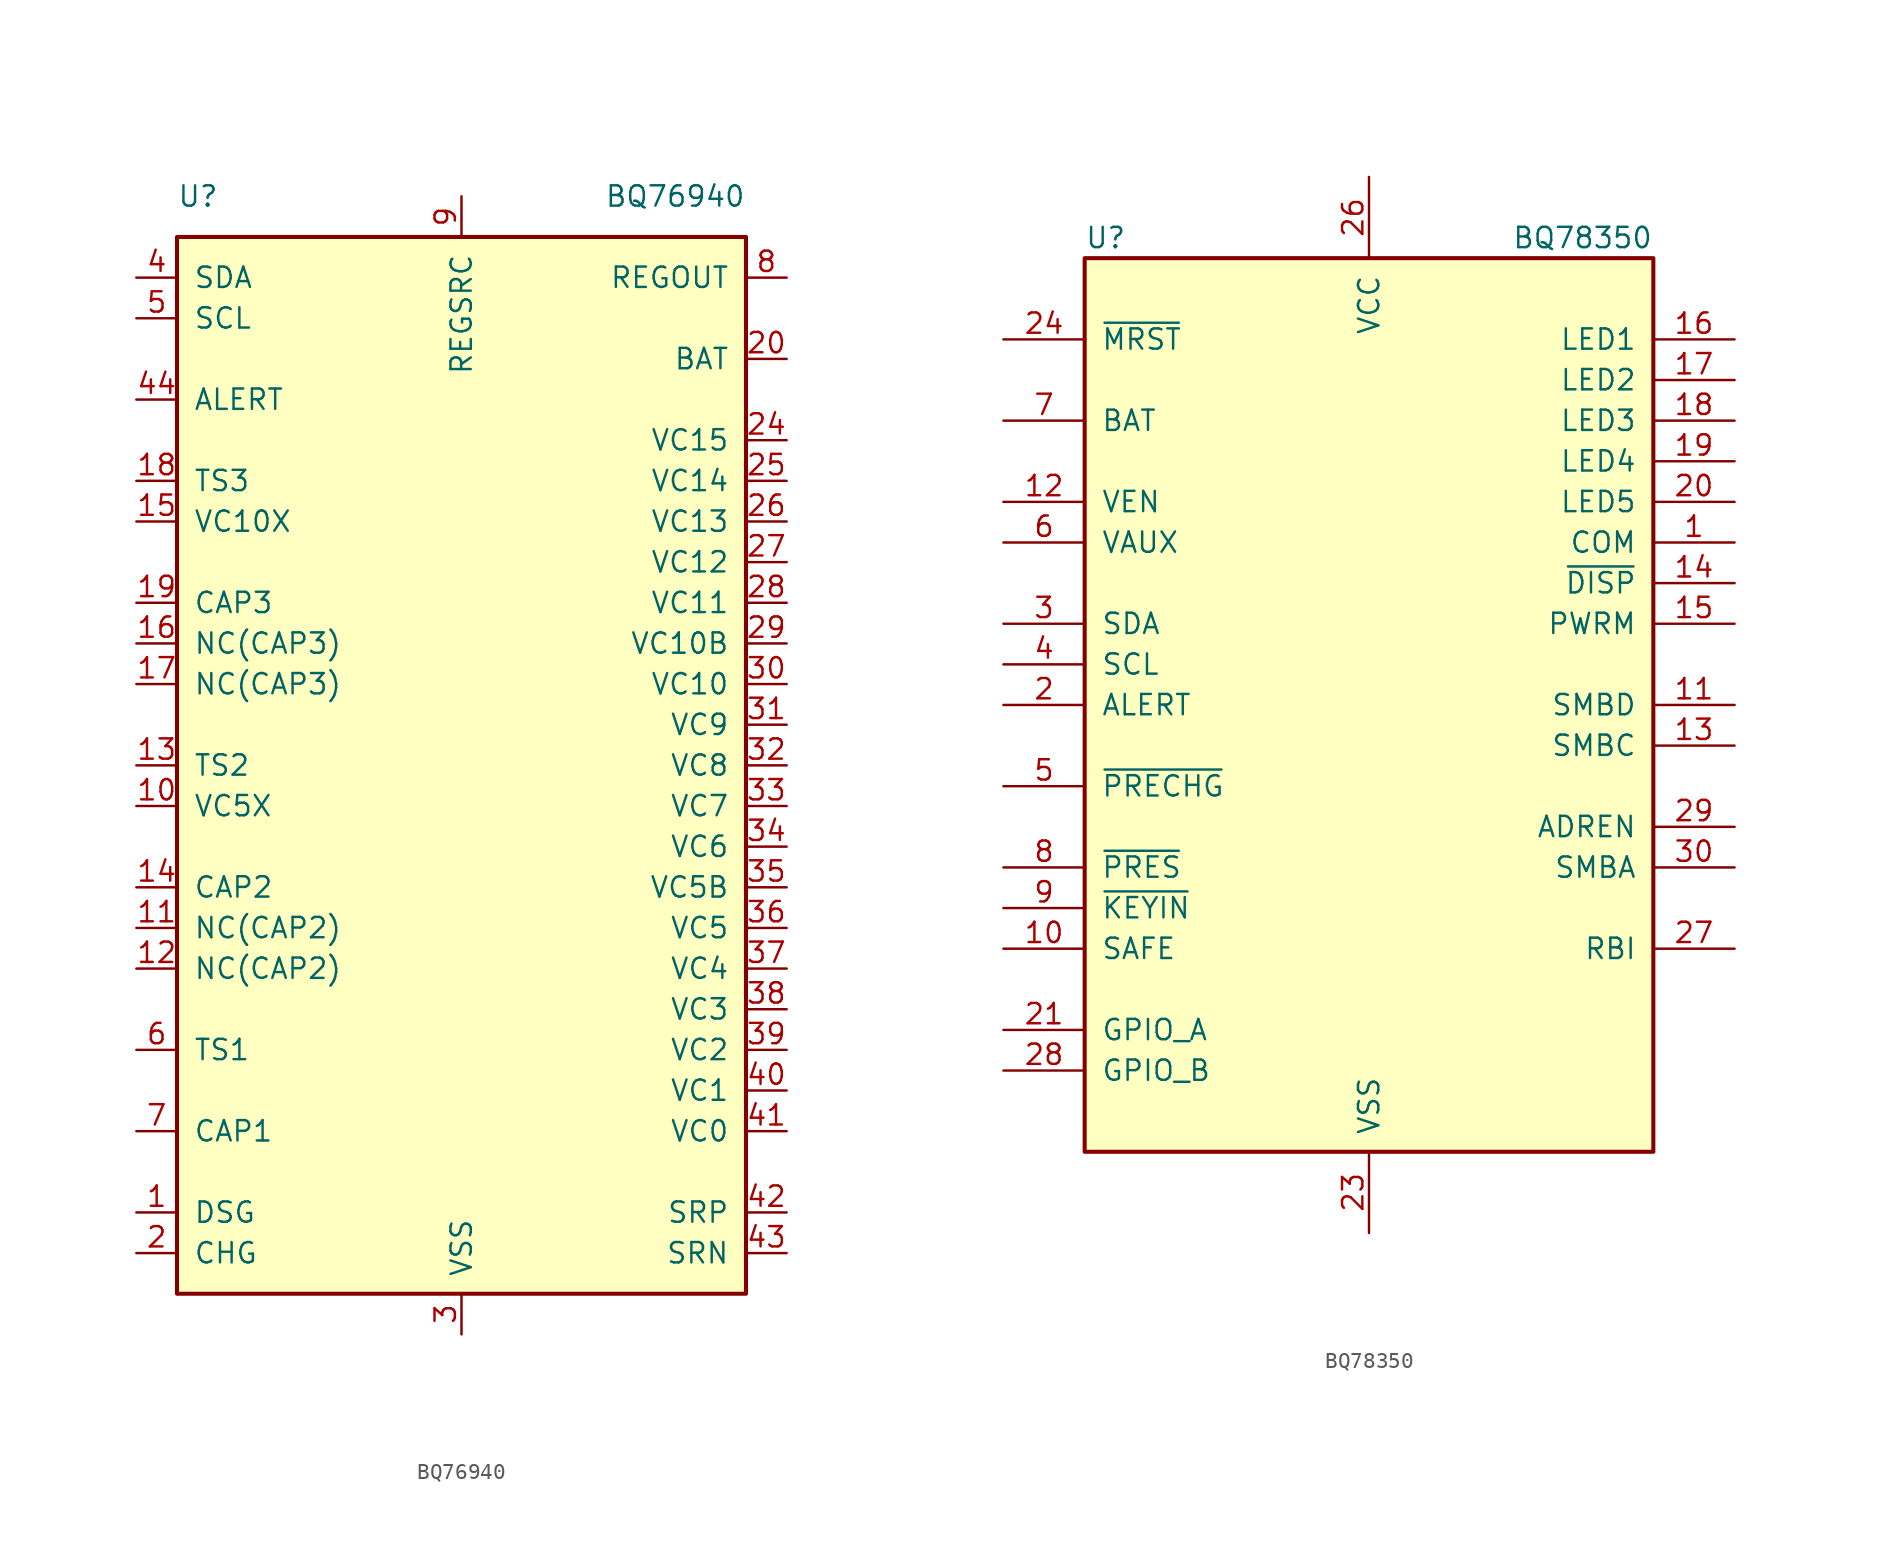
<source format=kicad_sym>
(kicad_symbol_lib
  (version 20201005)
  (generator kicad_symbol_editor)
  (symbol "BQ76940"
    (pin_names
      (offset 1.016))
    (property "Reference" "U"
      (at -17.78 35.56 0)
      (effects (font (size 1.27 1.27)) (justify left)))
    (property "Value" "BQ76940"
      (at 17.78 35.56 0)
      (effects (font (size 1.27 1.27)) (justify right)))
    (symbol "BQ76940_0_1"
      (rectangle (start -17.78 33.02) (end 17.78 -33.02) (stroke (width 0.254)) (fill (type background))))
    (symbol "BQ76940_1_0"
      (pin passive line (at -20.32 -2.54 0) (length 2.54) (name "VC5X" (effects (font (size 1.27 1.27)))) (number "10" (effects (font (size 1.27 1.27)))))
      (pin passive line (at -20.32 -10.16 0) (length 2.54) (name "NC(CAP2)" (effects (font (size 1.27 1.27)))) (number "11" (effects (font (size 1.27 1.27)))))
      (pin passive line (at -20.32 -12.7 0) (length 2.54) (name "NC(CAP2)" (effects (font (size 1.27 1.27)))) (number "12" (effects (font (size 1.27 1.27)))))
      (pin passive line (at -20.32 0 0) (length 2.54) (name "TS2" (effects (font (size 1.27 1.27)))) (number "13" (effects (font (size 1.27 1.27)))))
      (pin passive line (at -20.32 -7.62 0) (length 2.54) (name "CAP2" (effects (font (size 1.27 1.27)))) (number "14" (effects (font (size 1.27 1.27)))))
      (pin passive line (at -20.32 15.24 0) (length 2.54) (name "VC10X" (effects (font (size 1.27 1.27)))) (number "15" (effects (font (size 1.27 1.27)))))
      (pin passive line (at -20.32 7.62 0) (length 2.54) (name "NC(CAP3)" (effects (font (size 1.27 1.27)))) (number "16" (effects (font (size 1.27 1.27)))))
      (pin passive line (at -20.32 5.08 0) (length 2.54) (name "NC(CAP3)" (effects (font (size 1.27 1.27)))) (number "17" (effects (font (size 1.27 1.27)))))
      (pin passive line (at -20.32 17.78 0) (length 2.54) (name "TS3" (effects (font (size 1.27 1.27)))) (number "18" (effects (font (size 1.27 1.27)))))
      (pin passive line (at -20.32 10.16 0) (length 2.54) (name "CAP3" (effects (font (size 1.27 1.27)))) (number "19" (effects (font (size 1.27 1.27)))))
      (pin input line (at 20.32 25.4 180) (length 2.54) (name "BAT" (effects (font (size 1.27 1.27)))) (number "20" (effects (font (size 1.27 1.27)))))
      (pin no_connect line (at 5.08 -33.02 90) (length 2.54) hide (name "NC" (effects (font (size 1.27 1.27)))) (number "21" (effects (font (size 1.27 1.27)))))
      (pin no_connect line (at 7.62 -33.02 90) (length 2.54) hide (name "NC" (effects (font (size 1.27 1.27)))) (number "22" (effects (font (size 1.27 1.27)))))
      (pin no_connect line (at 10.16 -33.02 90) (length 2.54) hide (name "NC" (effects (font (size 1.27 1.27)))) (number "23" (effects (font (size 1.27 1.27)))))
      (pin input line (at 20.32 20.32 180) (length 2.54) (name "VC15" (effects (font (size 1.27 1.27)))) (number "24" (effects (font (size 1.27 1.27)))))
      (pin input line (at 20.32 17.78 180) (length 2.54) (name "VC14" (effects (font (size 1.27 1.27)))) (number "25" (effects (font (size 1.27 1.27)))))
      (pin input line (at 20.32 15.24 180) (length 2.54) (name "VC13" (effects (font (size 1.27 1.27)))) (number "26" (effects (font (size 1.27 1.27)))))
      (pin input line (at 20.32 12.7 180) (length 2.54) (name "VC12" (effects (font (size 1.27 1.27)))) (number "27" (effects (font (size 1.27 1.27)))))
      (pin input line (at 20.32 10.16 180) (length 2.54) (name "VC11" (effects (font (size 1.27 1.27)))) (number "28" (effects (font (size 1.27 1.27)))))
      (pin input line (at 20.32 7.62 180) (length 2.54) (name "VC10B" (effects (font (size 1.27 1.27)))) (number "29" (effects (font (size 1.27 1.27)))))
      (pin input line (at 20.32 5.08 180) (length 2.54) (name "VC10" (effects (font (size 1.27 1.27)))) (number "30" (effects (font (size 1.27 1.27)))))
      (pin input line (at 20.32 2.54 180) (length 2.54) (name "VC9" (effects (font (size 1.27 1.27)))) (number "31" (effects (font (size 1.27 1.27)))))
      (pin input line (at 20.32 0 180) (length 2.54) (name "VC8" (effects (font (size 1.27 1.27)))) (number "32" (effects (font (size 1.27 1.27)))))
      (pin input line (at 20.32 -2.54 180) (length 2.54) (name "VC7" (effects (font (size 1.27 1.27)))) (number "33" (effects (font (size 1.27 1.27)))))
      (pin input line (at 20.32 -5.08 180) (length 2.54) (name "VC6" (effects (font (size 1.27 1.27)))) (number "34" (effects (font (size 1.27 1.27)))))
      (pin input line (at 20.32 -7.62 180) (length 2.54) (name "VC5B" (effects (font (size 1.27 1.27)))) (number "35" (effects (font (size 1.27 1.27)))))
      (pin input line (at 20.32 -10.16 180) (length 2.54) (name "VC5" (effects (font (size 1.27 1.27)))) (number "36" (effects (font (size 1.27 1.27)))))
      (pin input line (at 20.32 -12.7 180) (length 2.54) (name "VC4" (effects (font (size 1.27 1.27)))) (number "37" (effects (font (size 1.27 1.27)))))
      (pin input line (at 20.32 -15.24 180) (length 2.54) (name "VC3" (effects (font (size 1.27 1.27)))) (number "38" (effects (font (size 1.27 1.27)))))
      (pin input line (at 20.32 -17.78 180) (length 2.54) (name "VC2" (effects (font (size 1.27 1.27)))) (number "39" (effects (font (size 1.27 1.27)))))
      (pin input line (at 20.32 -20.32 180) (length 2.54) (name "VC1" (effects (font (size 1.27 1.27)))) (number "40" (effects (font (size 1.27 1.27)))))
      (pin input line (at 20.32 -22.86 180) (length 2.54) (name "VC0" (effects (font (size 1.27 1.27)))) (number "41" (effects (font (size 1.27 1.27)))))
      (pin input line (at 20.32 -27.94 180) (length 2.54) (name "SRP" (effects (font (size 1.27 1.27)))) (number "42" (effects (font (size 1.27 1.27)))))
      (pin input line (at 20.32 -30.48 180) (length 2.54) (name "SRN" (effects (font (size 1.27 1.27)))) (number "43" (effects (font (size 1.27 1.27)))))
      (pin bidirectional line (at -20.32 22.86 0) (length 2.54) (name "ALERT" (effects (font (size 1.27 1.27)))) (number "44" (effects (font (size 1.27 1.27)))))
      (pin passive line (at -20.32 -17.78 0) (length 2.54) (name "TS1" (effects (font (size 1.27 1.27)))) (number "6" (effects (font (size 1.27 1.27)))))
      (pin passive line (at -20.32 -22.86 0) (length 2.54) (name "CAP1" (effects (font (size 1.27 1.27)))) (number "7" (effects (font (size 1.27 1.27)))))
      (pin power_out line (at 20.32 30.48 180) (length 2.54) (name "REGOUT" (effects (font (size 1.27 1.27)))) (number "8" (effects (font (size 1.27 1.27)))))
      (pin power_in line (at 0 35.56 270) (length 2.54) (name "REGSRC" (effects (font (size 1.27 1.27)))) (number "9" (effects (font (size 1.27 1.27))))))
    (symbol "BQ76940_1_1"
      (pin output line (at -20.32 -27.94 0) (length 2.54) (name "DSG" (effects (font (size 1.27 1.27)))) (number "1" (effects (font (size 1.27 1.27)))))
      (pin output line (at -20.32 -30.48 0) (length 2.54) (name "CHG" (effects (font (size 1.27 1.27)))) (number "2" (effects (font (size 1.27 1.27)))))
      (pin power_in line (at 0 -35.56 90) (length 2.54) (name "VSS" (effects (font (size 1.27 1.27)))) (number "3" (effects (font (size 1.27 1.27)))))
      (pin bidirectional line (at -20.32 30.48 0) (length 2.54) (name "SDA" (effects (font (size 1.27 1.27)))) (number "4" (effects (font (size 1.27 1.27)))))
      (pin input line (at -20.32 27.94 0) (length 2.54) (name "SCL" (effects (font (size 1.27 1.27)))) (number "5" (effects (font (size 1.27 1.27)))))))
  (symbol "BQ78350"
    (pin_names
      (offset 1.016))
    (property "Reference" "U"
      (at -17.78 29.21 0)
      (effects (font (size 1.27 1.27)) (justify left)))
    (property "Value" "BQ78350"
      (at 17.78 29.21 0)
      (effects (font (size 1.27 1.27)) (justify right)))
    (symbol "BQ78350_0_1"
      (rectangle (start 17.78 27.94) (end -17.78 -27.94) (stroke (width 0.254)) (fill (type background))))
    (symbol "BQ78350_1_1"
      (pin open_collector line (at 22.86 10.16 180) (length 5.08) (name "COM" (effects (font (size 1.27 1.27)))) (number "1" (effects (font (size 1.27 1.27)))))
      (pin output line (at -22.86 -15.24 0) (length 5.08) (name "SAFE" (effects (font (size 1.27 1.27)))) (number "10" (effects (font (size 1.27 1.27)))))
      (pin open_collector line (at 22.86 0 180) (length 5.08) (name "SMBD" (effects (font (size 1.27 1.27)))) (number "11" (effects (font (size 1.27 1.27)))))
      (pin open_collector line (at -22.86 12.7 0) (length 5.08) (name "VEN" (effects (font (size 1.27 1.27)))) (number "12" (effects (font (size 1.27 1.27)))))
      (pin open_collector line (at 22.86 -2.54 180) (length 5.08) (name "SMBC" (effects (font (size 1.27 1.27)))) (number "13" (effects (font (size 1.27 1.27)))))
      (pin input line (at 22.86 7.62 180) (length 5.08) (name "~DISP" (effects (font (size 1.27 1.27)))) (number "14" (effects (font (size 1.27 1.27)))))
      (pin open_collector line (at 22.86 5.08 180) (length 5.08) (name "PWRM" (effects (font (size 1.27 1.27)))) (number "15" (effects (font (size 1.27 1.27)))))
      (pin output line (at 22.86 22.86 180) (length 5.08) (name "LED1" (effects (font (size 1.27 1.27)))) (number "16" (effects (font (size 1.27 1.27)))))
      (pin output line (at 22.86 20.32 180) (length 5.08) (name "LED2" (effects (font (size 1.27 1.27)))) (number "17" (effects (font (size 1.27 1.27)))))
      (pin output line (at 22.86 17.78 180) (length 5.08) (name "LED3" (effects (font (size 1.27 1.27)))) (number "18" (effects (font (size 1.27 1.27)))))
      (pin output line (at 22.86 15.24 180) (length 5.08) (name "LED4" (effects (font (size 1.27 1.27)))) (number "19" (effects (font (size 1.27 1.27)))))
      (pin bidirectional line (at -22.86 0 0) (length 5.08) (name "ALERT" (effects (font (size 1.27 1.27)))) (number "2" (effects (font (size 1.27 1.27)))))
      (pin output line (at 22.86 12.7 180) (length 5.08) (name "LED5" (effects (font (size 1.27 1.27)))) (number "20" (effects (font (size 1.27 1.27)))))
      (pin bidirectional line (at -22.86 -20.32 0) (length 5.08) (name "GPIO_A" (effects (font (size 1.27 1.27)))) (number "21" (effects (font (size 1.27 1.27)))))
      (pin passive line (at 0 -33.02 90) (length 5.08) hide (name "VSS" (effects (font (size 1.27 1.27)))) (number "22" (effects (font (size 1.27 1.27)))))
      (pin power_in line (at 0 -33.02 90) (length 5.08) (name "VSS" (effects (font (size 1.27 1.27)))) (number "23" (effects (font (size 1.27 1.27)))))
      (pin input line (at -22.86 22.86 0) (length 5.08) (name "~MRST" (effects (font (size 1.27 1.27)))) (number "24" (effects (font (size 1.27 1.27)))))
      (pin passive line (at 0 -33.02 90) (length 5.08) hide (name "VSS" (effects (font (size 1.27 1.27)))) (number "25" (effects (font (size 1.27 1.27)))))
      (pin power_in line (at 0 33.02 270) (length 5.08) (name "VCC" (effects (font (size 1.27 1.27)))) (number "26" (effects (font (size 1.27 1.27)))))
      (pin passive line (at 22.86 -15.24 180) (length 5.08) (name "RBI" (effects (font (size 1.27 1.27)))) (number "27" (effects (font (size 1.27 1.27)))))
      (pin bidirectional line (at -22.86 -22.86 0) (length 5.08) (name "GPIO_B" (effects (font (size 1.27 1.27)))) (number "28" (effects (font (size 1.27 1.27)))))
      (pin output line (at 22.86 -7.62 180) (length 5.08) (name "ADREN" (effects (font (size 1.27 1.27)))) (number "29" (effects (font (size 1.27 1.27)))))
      (pin bidirectional line (at -22.86 5.08 0) (length 5.08) (name "SDA" (effects (font (size 1.27 1.27)))) (number "3" (effects (font (size 1.27 1.27)))))
      (pin input line (at 22.86 -10.16 180) (length 5.08) (name "SMBA" (effects (font (size 1.27 1.27)))) (number "30" (effects (font (size 1.27 1.27)))))
      (pin bidirectional line (at -22.86 2.54 0) (length 5.08) (name "SCL" (effects (font (size 1.27 1.27)))) (number "4" (effects (font (size 1.27 1.27)))))
      (pin open_collector line (at -22.86 -5.08 0) (length 5.08) (name "~PRECHG" (effects (font (size 1.27 1.27)))) (number "5" (effects (font (size 1.27 1.27)))))
      (pin input line (at -22.86 10.16 0) (length 5.08) (name "VAUX" (effects (font (size 1.27 1.27)))) (number "6" (effects (font (size 1.27 1.27)))))
      (pin input line (at -22.86 17.78 0) (length 5.08) (name "BAT" (effects (font (size 1.27 1.27)))) (number "7" (effects (font (size 1.27 1.27)))))
      (pin input line (at -22.86 -10.16 0) (length 5.08) (name "~PRES" (effects (font (size 1.27 1.27)))) (number "8" (effects (font (size 1.27 1.27)))))
      (pin input line (at -22.86 -12.7 0) (length 5.08) (name "~KEYIN" (effects (font (size 1.27 1.27)))) (number "9" (effects (font (size 1.27 1.27))))))))
</source>
